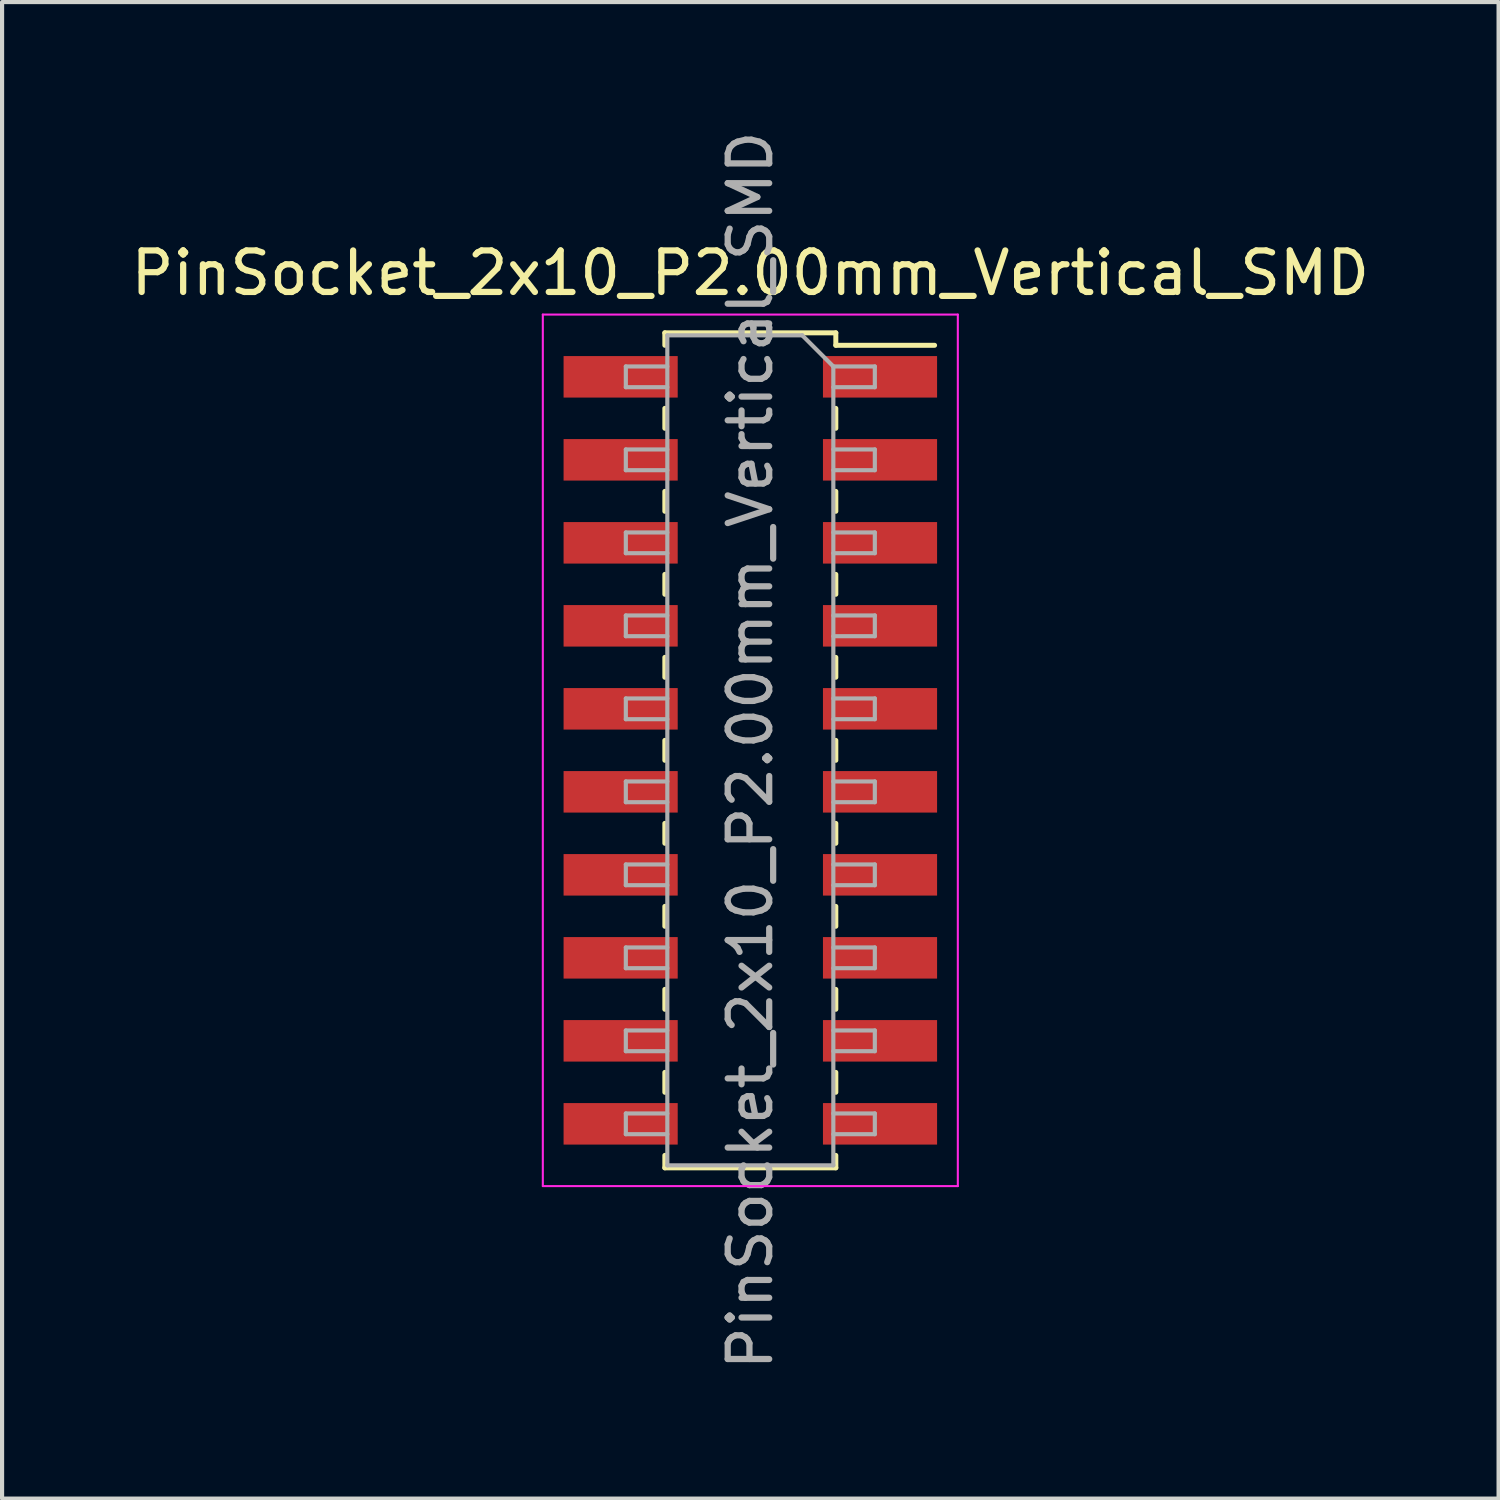
<source format=kicad_pcb>
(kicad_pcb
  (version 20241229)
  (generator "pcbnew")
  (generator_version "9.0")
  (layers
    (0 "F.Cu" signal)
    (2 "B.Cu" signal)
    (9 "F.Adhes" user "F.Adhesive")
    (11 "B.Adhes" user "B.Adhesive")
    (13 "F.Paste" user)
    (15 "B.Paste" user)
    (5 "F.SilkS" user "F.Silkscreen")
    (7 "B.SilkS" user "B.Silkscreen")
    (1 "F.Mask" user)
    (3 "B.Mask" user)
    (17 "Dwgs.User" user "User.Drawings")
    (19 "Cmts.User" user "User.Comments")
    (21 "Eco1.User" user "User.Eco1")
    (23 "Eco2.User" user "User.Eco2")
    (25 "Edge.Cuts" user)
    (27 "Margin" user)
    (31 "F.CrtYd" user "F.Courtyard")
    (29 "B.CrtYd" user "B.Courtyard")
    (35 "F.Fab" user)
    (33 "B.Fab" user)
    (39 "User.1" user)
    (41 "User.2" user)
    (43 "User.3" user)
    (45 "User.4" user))
  (footprint "PinSocket_2x10_P2.00mm_Vertical_SMD"
    (layer "F.Cu")
    (at 15.03 15.03)
    (property "Reference" "PinSocket_2x10_P2.00mm_Vertical_SMD" (at 0 -11.5 0) (layer "F.SilkS") (effects (font (size 1 1) (thickness 0.15))))
    (attr smd)
    (fp_line (start -2.06 -10.06) (end -2.06 -9.76) (stroke (width 0.12) (type solid)) (layer "F.SilkS"))
    (fp_line (start -2.06 -10.06) (end 2.06 -10.06) (stroke (width 0.12) (type solid)) (layer "F.SilkS"))
    (fp_line (start -2.06 -8.24) (end -2.06 -7.76) (stroke (width 0.12) (type solid)) (layer "F.SilkS"))
    (fp_line (start -2.06 -6.24) (end -2.06 -5.76) (stroke (width 0.12) (type solid)) (layer "F.SilkS"))
    (fp_line (start -2.06 -4.24) (end -2.06 -3.76) (stroke (width 0.12) (type solid)) (layer "F.SilkS"))
    (fp_line (start -2.06 -2.24) (end -2.06 -1.76) (stroke (width 0.12) (type solid)) (layer "F.SilkS"))
    (fp_line (start -2.06 -0.24) (end -2.06 0.24) (stroke (width 0.12) (type solid)) (layer "F.SilkS"))
    (fp_line (start -2.06 1.76) (end -2.06 2.24) (stroke (width 0.12) (type solid)) (layer "F.SilkS"))
    (fp_line (start -2.06 3.76) (end -2.06 4.24) (stroke (width 0.12) (type solid)) (layer "F.SilkS"))
    (fp_line (start -2.06 5.76) (end -2.06 6.24) (stroke (width 0.12) (type solid)) (layer "F.SilkS"))
    (fp_line (start -2.06 7.76) (end -2.06 8.24) (stroke (width 0.12) (type solid)) (layer "F.SilkS"))
    (fp_line (start -2.06 9.76) (end -2.06 10.06) (stroke (width 0.12) (type solid)) (layer "F.SilkS"))
    (fp_line (start -2.06 10.06) (end 2.06 10.06) (stroke (width 0.12) (type solid)) (layer "F.SilkS"))
    (fp_line (start 2.06 -10.06) (end 2.06 -9.76) (stroke (width 0.12) (type solid)) (layer "F.SilkS"))
    (fp_line (start 2.06 -9.76) (end 4.44 -9.76) (stroke (width 0.12) (type solid)) (layer "F.SilkS"))
    (fp_line (start 2.06 -8.24) (end 2.06 -7.76) (stroke (width 0.12) (type solid)) (layer "F.SilkS"))
    (fp_line (start 2.06 -6.24) (end 2.06 -5.76) (stroke (width 0.12) (type solid)) (layer "F.SilkS"))
    (fp_line (start 2.06 -4.24) (end 2.06 -3.76) (stroke (width 0.12) (type solid)) (layer "F.SilkS"))
    (fp_line (start 2.06 -2.24) (end 2.06 -1.76) (stroke (width 0.12) (type solid)) (layer "F.SilkS"))
    (fp_line (start 2.06 -0.24) (end 2.06 0.24) (stroke (width 0.12) (type solid)) (layer "F.SilkS"))
    (fp_line (start 2.06 1.76) (end 2.06 2.24) (stroke (width 0.12) (type solid)) (layer "F.SilkS"))
    (fp_line (start 2.06 3.76) (end 2.06 4.24) (stroke (width 0.12) (type solid)) (layer "F.SilkS"))
    (fp_line (start 2.06 5.76) (end 2.06 6.24) (stroke (width 0.12) (type solid)) (layer "F.SilkS"))
    (fp_line (start 2.06 7.76) (end 2.06 8.24) (stroke (width 0.12) (type solid)) (layer "F.SilkS"))
    (fp_line (start 2.06 9.76) (end 2.06 10.06) (stroke (width 0.12) (type solid)) (layer "F.SilkS"))
    (fp_line (start -5 -10.5) (end 5 -10.5) (stroke (width 0.05) (type solid)) (layer "F.CrtYd"))
    (fp_line (start -5 10.5) (end -5 -10.5) (stroke (width 0.05) (type solid)) (layer "F.CrtYd"))
    (fp_line (start 5 -10.5) (end 5 10.5) (stroke (width 0.05) (type solid)) (layer "F.CrtYd"))
    (fp_line (start 5 10.5) (end -5 10.5) (stroke (width 0.05) (type solid)) (layer "F.CrtYd"))
    (fp_line (start -3 -9.25) (end -2 -9.25) (stroke (width 0.1) (type solid)) (layer "F.Fab"))
    (fp_line (start -3 -8.75) (end -3 -9.25) (stroke (width 0.1) (type solid)) (layer "F.Fab"))
    (fp_line (start -3 -7.25) (end -2 -7.25) (stroke (width 0.1) (type solid)) (layer "F.Fab"))
    (fp_line (start -3 -6.75) (end -3 -7.25) (stroke (width 0.1) (type solid)) (layer "F.Fab"))
    (fp_line (start -3 -5.25) (end -2 -5.25) (stroke (width 0.1) (type solid)) (layer "F.Fab"))
    (fp_line (start -3 -4.75) (end -3 -5.25) (stroke (width 0.1) (type solid)) (layer "F.Fab"))
    (fp_line (start -3 -3.25) (end -2 -3.25) (stroke (width 0.1) (type solid)) (layer "F.Fab"))
    (fp_line (start -3 -2.75) (end -3 -3.25) (stroke (width 0.1) (type solid)) (layer "F.Fab"))
    (fp_line (start -3 -1.25) (end -2 -1.25) (stroke (width 0.1) (type solid)) (layer "F.Fab"))
    (fp_line (start -3 -0.75) (end -3 -1.25) (stroke (width 0.1) (type solid)) (layer "F.Fab"))
    (fp_line (start -3 0.75) (end -2 0.75) (stroke (width 0.1) (type solid)) (layer "F.Fab"))
    (fp_line (start -3 1.25) (end -3 0.75) (stroke (width 0.1) (type solid)) (layer "F.Fab"))
    (fp_line (start -3 2.75) (end -2 2.75) (stroke (width 0.1) (type solid)) (layer "F.Fab"))
    (fp_line (start -3 3.25) (end -3 2.75) (stroke (width 0.1) (type solid)) (layer "F.Fab"))
    (fp_line (start -3 4.75) (end -2 4.75) (stroke (width 0.1) (type solid)) (layer "F.Fab"))
    (fp_line (start -3 5.25) (end -3 4.75) (stroke (width 0.1) (type solid)) (layer "F.Fab"))
    (fp_line (start -3 6.75) (end -2 6.75) (stroke (width 0.1) (type solid)) (layer "F.Fab"))
    (fp_line (start -3 7.25) (end -3 6.75) (stroke (width 0.1) (type solid)) (layer "F.Fab"))
    (fp_line (start -3 8.75) (end -2 8.75) (stroke (width 0.1) (type solid)) (layer "F.Fab"))
    (fp_line (start -3 9.25) (end -3 8.75) (stroke (width 0.1) (type solid)) (layer "F.Fab"))
    (fp_line (start -2 -10) (end 1.25 -10) (stroke (width 0.1) (type solid)) (layer "F.Fab"))
    (fp_line (start -2 -8.75) (end -3 -8.75) (stroke (width 0.1) (type solid)) (layer "F.Fab"))
    (fp_line (start -2 -6.75) (end -3 -6.75) (stroke (width 0.1) (type solid)) (layer "F.Fab"))
    (fp_line (start -2 -4.75) (end -3 -4.75) (stroke (width 0.1) (type solid)) (layer "F.Fab"))
    (fp_line (start -2 -2.75) (end -3 -2.75) (stroke (width 0.1) (type solid)) (layer "F.Fab"))
    (fp_line (start -2 -0.75) (end -3 -0.75) (stroke (width 0.1) (type solid)) (layer "F.Fab"))
    (fp_line (start -2 1.25) (end -3 1.25) (stroke (width 0.1) (type solid)) (layer "F.Fab"))
    (fp_line (start -2 3.25) (end -3 3.25) (stroke (width 0.1) (type solid)) (layer "F.Fab"))
    (fp_line (start -2 5.25) (end -3 5.25) (stroke (width 0.1) (type solid)) (layer "F.Fab"))
    (fp_line (start -2 7.25) (end -3 7.25) (stroke (width 0.1) (type solid)) (layer "F.Fab"))
    (fp_line (start -2 9.25) (end -3 9.25) (stroke (width 0.1) (type solid)) (layer "F.Fab"))
    (fp_line (start -2 10) (end -2 -10) (stroke (width 0.1) (type solid)) (layer "F.Fab"))
    (fp_line (start 1.25 -10) (end 2 -9.25) (stroke (width 0.1) (type solid)) (layer "F.Fab"))
    (fp_line (start 2 -9.25) (end 2 10) (stroke (width 0.1) (type solid)) (layer "F.Fab"))
    (fp_line (start 2 -9.25) (end 3 -9.25) (stroke (width 0.1) (type solid)) (layer "F.Fab"))
    (fp_line (start 2 -7.25) (end 3 -7.25) (stroke (width 0.1) (type solid)) (layer "F.Fab"))
    (fp_line (start 2 -5.25) (end 3 -5.25) (stroke (width 0.1) (type solid)) (layer "F.Fab"))
    (fp_line (start 2 -3.25) (end 3 -3.25) (stroke (width 0.1) (type solid)) (layer "F.Fab"))
    (fp_line (start 2 -1.25) (end 3 -1.25) (stroke (width 0.1) (type solid)) (layer "F.Fab"))
    (fp_line (start 2 0.75) (end 3 0.75) (stroke (width 0.1) (type solid)) (layer "F.Fab"))
    (fp_line (start 2 2.75) (end 3 2.75) (stroke (width 0.1) (type solid)) (layer "F.Fab"))
    (fp_line (start 2 4.75) (end 3 4.75) (stroke (width 0.1) (type solid)) (layer "F.Fab"))
    (fp_line (start 2 6.75) (end 3 6.75) (stroke (width 0.1) (type solid)) (layer "F.Fab"))
    (fp_line (start 2 8.75) (end 3 8.75) (stroke (width 0.1) (type solid)) (layer "F.Fab"))
    (fp_line (start 2 10) (end -2 10) (stroke (width 0.1) (type solid)) (layer "F.Fab"))
    (fp_line (start 3 -9.25) (end 3 -8.75) (stroke (width 0.1) (type solid)) (layer "F.Fab"))
    (fp_line (start 3 -8.75) (end 2 -8.75) (stroke (width 0.1) (type solid)) (layer "F.Fab"))
    (fp_line (start 3 -7.25) (end 3 -6.75) (stroke (width 0.1) (type solid)) (layer "F.Fab"))
    (fp_line (start 3 -6.75) (end 2 -6.75) (stroke (width 0.1) (type solid)) (layer "F.Fab"))
    (fp_line (start 3 -5.25) (end 3 -4.75) (stroke (width 0.1) (type solid)) (layer "F.Fab"))
    (fp_line (start 3 -4.75) (end 2 -4.75) (stroke (width 0.1) (type solid)) (layer "F.Fab"))
    (fp_line (start 3 -3.25) (end 3 -2.75) (stroke (width 0.1) (type solid)) (layer "F.Fab"))
    (fp_line (start 3 -2.75) (end 2 -2.75) (stroke (width 0.1) (type solid)) (layer "F.Fab"))
    (fp_line (start 3 -1.25) (end 3 -0.75) (stroke (width 0.1) (type solid)) (layer "F.Fab"))
    (fp_line (start 3 -0.75) (end 2 -0.75) (stroke (width 0.1) (type solid)) (layer "F.Fab"))
    (fp_line (start 3 0.75) (end 3 1.25) (stroke (width 0.1) (type solid)) (layer "F.Fab"))
    (fp_line (start 3 1.25) (end 2 1.25) (stroke (width 0.1) (type solid)) (layer "F.Fab"))
    (fp_line (start 3 2.75) (end 3 3.25) (stroke (width 0.1) (type solid)) (layer "F.Fab"))
    (fp_line (start 3 3.25) (end 2 3.25) (stroke (width 0.1) (type solid)) (layer "F.Fab"))
    (fp_line (start 3 4.75) (end 3 5.25) (stroke (width 0.1) (type solid)) (layer "F.Fab"))
    (fp_line (start 3 5.25) (end 2 5.25) (stroke (width 0.1) (type solid)) (layer "F.Fab"))
    (fp_line (start 3 6.75) (end 3 7.25) (stroke (width 0.1) (type solid)) (layer "F.Fab"))
    (fp_line (start 3 7.25) (end 2 7.25) (stroke (width 0.1) (type solid)) (layer "F.Fab"))
    (fp_line (start 3 8.75) (end 3 9.25) (stroke (width 0.1) (type solid)) (layer "F.Fab"))
    (fp_line (start 3 9.25) (end 2 9.25) (stroke (width 0.1) (type solid)) (layer "F.Fab"))
    (fp_text user "${REFERENCE}" (at 0 0 90) (layer "F.Fab") (effects (font (size 1 1) (thickness 0.15))))
    (pad "1" smd rect (at 3.125 -9) (size 2.75 1) (layers "F.Cu" "F.Mask" "F.Paste"))
    (pad "2" smd rect (at -3.125 -9) (size 2.75 1) (layers "F.Cu" "F.Mask" "F.Paste"))
    (pad "3" smd rect (at 3.125 -7) (size 2.75 1) (layers "F.Cu" "F.Mask" "F.Paste"))
    (pad "4" smd rect (at -3.125 -7) (size 2.75 1) (layers "F.Cu" "F.Mask" "F.Paste"))
    (pad "5" smd rect (at 3.125 -5) (size 2.75 1) (layers "F.Cu" "F.Mask" "F.Paste"))
    (pad "6" smd rect (at -3.125 -5) (size 2.75 1) (layers "F.Cu" "F.Mask" "F.Paste"))
    (pad "7" smd rect (at 3.125 -3) (size 2.75 1) (layers "F.Cu" "F.Mask" "F.Paste"))
    (pad "8" smd rect (at -3.125 -3) (size 2.75 1) (layers "F.Cu" "F.Mask" "F.Paste"))
    (pad "9" smd rect (at 3.125 -1) (size 2.75 1) (layers "F.Cu" "F.Mask" "F.Paste"))
    (pad "10" smd rect (at -3.125 -1) (size 2.75 1) (layers "F.Cu" "F.Mask" "F.Paste"))
    (pad "11" smd rect (at 3.125 1) (size 2.75 1) (layers "F.Cu" "F.Mask" "F.Paste"))
    (pad "12" smd rect (at -3.125 1) (size 2.75 1) (layers "F.Cu" "F.Mask" "F.Paste"))
    (pad "13" smd rect (at 3.125 3) (size 2.75 1) (layers "F.Cu" "F.Mask" "F.Paste"))
    (pad "14" smd rect (at -3.125 3) (size 2.75 1) (layers "F.Cu" "F.Mask" "F.Paste"))
    (pad "15" smd rect (at 3.125 5) (size 2.75 1) (layers "F.Cu" "F.Mask" "F.Paste"))
    (pad "16" smd rect (at -3.125 5) (size 2.75 1) (layers "F.Cu" "F.Mask" "F.Paste"))
    (pad "17" smd rect (at 3.125 7) (size 2.75 1) (layers "F.Cu" "F.Mask" "F.Paste"))
    (pad "18" smd rect (at -3.125 7) (size 2.75 1) (layers "F.Cu" "F.Mask" "F.Paste"))
    (pad "19" smd rect (at 3.125 9) (size 2.75 1) (layers "F.Cu" "F.Mask" "F.Paste"))
    (pad "20" smd rect (at -3.125 9) (size 2.75 1) (layers "F.Cu" "F.Mask" "F.Paste")))
  (gr_rect
    (start -3 -3)
    (end 33.06 33.06)
    (stroke (width 0.1) (type default))
    (fill no)
    (layer "Edge.Cuts")))
</source>
